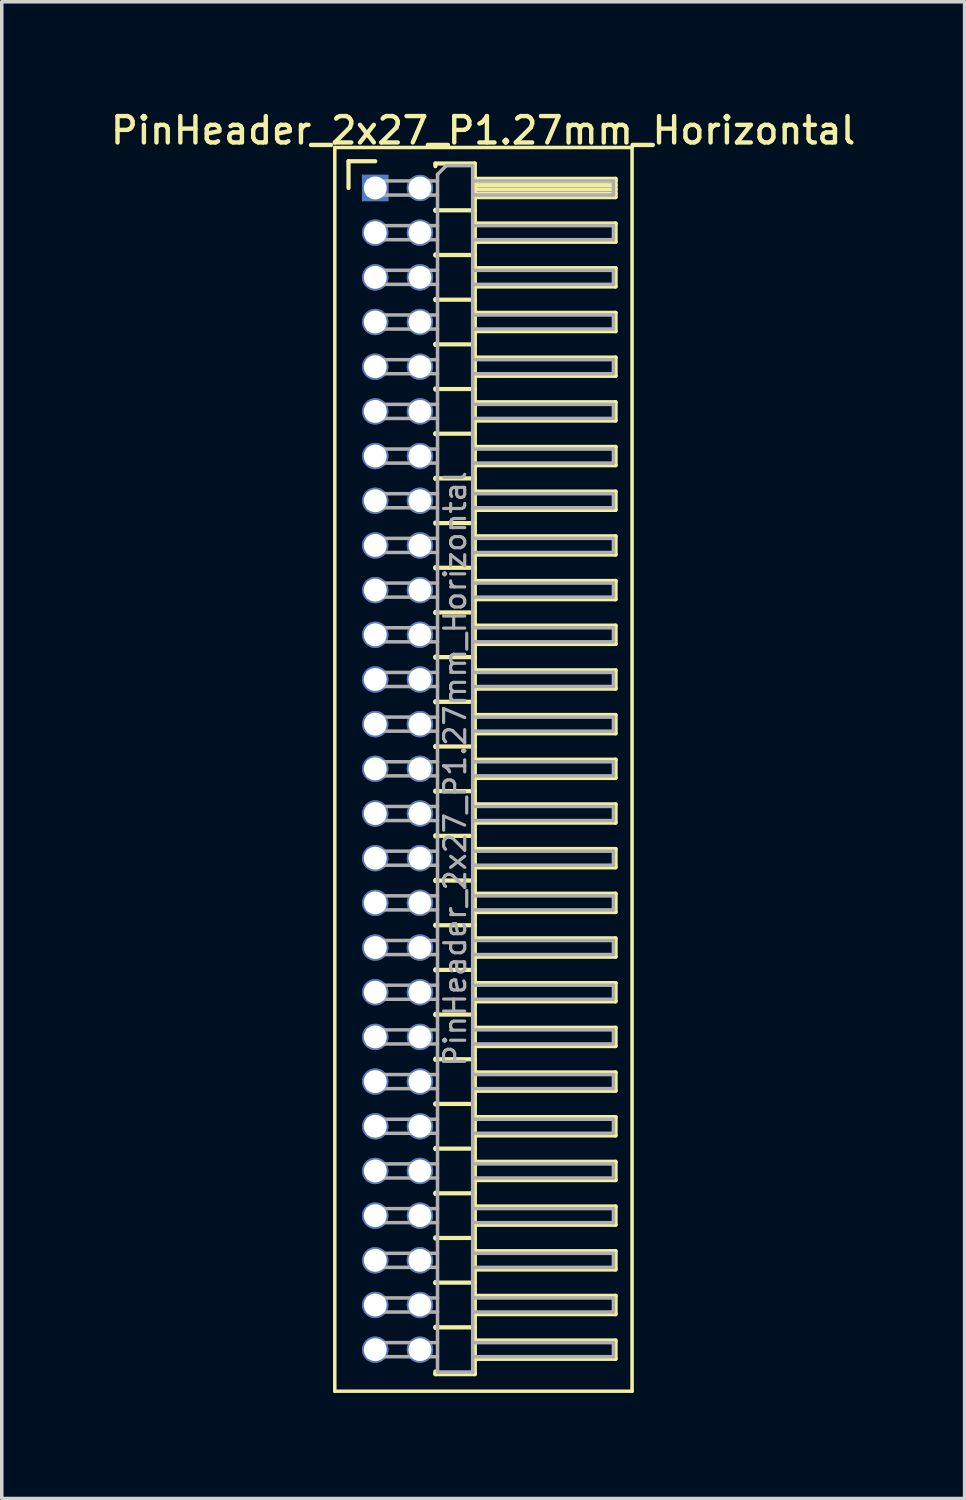
<source format=kicad_pcb>
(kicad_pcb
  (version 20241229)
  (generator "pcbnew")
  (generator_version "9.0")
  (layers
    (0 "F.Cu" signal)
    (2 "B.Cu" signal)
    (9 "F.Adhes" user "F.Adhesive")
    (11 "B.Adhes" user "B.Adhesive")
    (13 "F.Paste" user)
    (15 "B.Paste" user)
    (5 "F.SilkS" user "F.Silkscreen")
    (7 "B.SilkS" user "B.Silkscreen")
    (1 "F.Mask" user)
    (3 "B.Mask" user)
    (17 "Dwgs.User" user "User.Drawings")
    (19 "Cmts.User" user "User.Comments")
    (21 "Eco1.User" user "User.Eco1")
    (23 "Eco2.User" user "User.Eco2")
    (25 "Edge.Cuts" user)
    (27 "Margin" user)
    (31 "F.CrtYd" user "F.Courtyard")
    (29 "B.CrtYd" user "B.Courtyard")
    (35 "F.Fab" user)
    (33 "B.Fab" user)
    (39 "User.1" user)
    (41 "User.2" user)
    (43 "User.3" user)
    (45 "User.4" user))
  (footprint "PinHeader_2x27_P1.27mm_Horizontal"
    (layer "F.Cu")
    (at 7.616 2.293)
    (property "Reference" "PinHeader_2x27_P1.27mm_Horizontal" (at 3.067 -1.635 0) (layer "F.SilkS") (effects (font (size 0.75 0.75) (thickness 0.125))))
    (attr through_hole)
    (fp_line (start -1.15 -1.15) (end -1.15 34.2) (stroke (width 0.1) (type solid)) (layer "F.SilkS"))
    (fp_line (start -1.15 34.2) (end 7.3 34.2) (stroke (width 0.1) (type solid)) (layer "F.SilkS"))
    (fp_line (start -0.76 -0.76) (end 0 -0.76) (stroke (width 0.12) (type solid)) (layer "F.SilkS"))
    (fp_line (start -0.76 0) (end -0.76 -0.76) (stroke (width 0.12) (type solid)) (layer "F.SilkS"))
    (fp_line (start 1.71 -0.695) (end 2.83 -0.695) (stroke (width 0.12) (type solid)) (layer "F.SilkS"))
    (fp_line (start 1.71 -0.62) (end 1.71 -0.695) (stroke (width 0.12) (type solid)) (layer "F.SilkS"))
    (fp_line (start 1.71 0.62) (end 1.71 0.65) (stroke (width 0.12) (type solid)) (layer "F.SilkS"))
    (fp_line (start 1.71 0.635) (end 2.83 0.635) (stroke (width 0.12) (type solid)) (layer "F.SilkS"))
    (fp_line (start 1.71 1.89) (end 1.71 1.92) (stroke (width 0.12) (type solid)) (layer "F.SilkS"))
    (fp_line (start 1.71 1.905) (end 2.83 1.905) (stroke (width 0.12) (type solid)) (layer "F.SilkS"))
    (fp_line (start 1.71 3.16) (end 1.71 3.19) (stroke (width 0.12) (type solid)) (layer "F.SilkS"))
    (fp_line (start 1.71 3.175) (end 2.83 3.175) (stroke (width 0.12) (type solid)) (layer "F.SilkS"))
    (fp_line (start 1.71 4.43) (end 1.71 4.46) (stroke (width 0.12) (type solid)) (layer "F.SilkS"))
    (fp_line (start 1.71 4.445) (end 2.83 4.445) (stroke (width 0.12) (type solid)) (layer "F.SilkS"))
    (fp_line (start 1.71 5.7) (end 1.71 5.73) (stroke (width 0.12) (type solid)) (layer "F.SilkS"))
    (fp_line (start 1.71 5.715) (end 2.83 5.715) (stroke (width 0.12) (type solid)) (layer "F.SilkS"))
    (fp_line (start 1.71 6.97) (end 1.71 7) (stroke (width 0.12) (type solid)) (layer "F.SilkS"))
    (fp_line (start 1.71 6.985) (end 2.83 6.985) (stroke (width 0.12) (type solid)) (layer "F.SilkS"))
    (fp_line (start 1.71 8.24) (end 1.71 8.27) (stroke (width 0.12) (type solid)) (layer "F.SilkS"))
    (fp_line (start 1.71 8.255) (end 2.83 8.255) (stroke (width 0.12) (type solid)) (layer "F.SilkS"))
    (fp_line (start 1.71 9.51) (end 1.71 9.54) (stroke (width 0.12) (type solid)) (layer "F.SilkS"))
    (fp_line (start 1.71 9.525) (end 2.83 9.525) (stroke (width 0.12) (type solid)) (layer "F.SilkS"))
    (fp_line (start 1.71 10.78) (end 1.71 10.81) (stroke (width 0.12) (type solid)) (layer "F.SilkS"))
    (fp_line (start 1.71 10.795) (end 2.83 10.795) (stroke (width 0.12) (type solid)) (layer "F.SilkS"))
    (fp_line (start 1.71 12.05) (end 1.71 12.08) (stroke (width 0.12) (type solid)) (layer "F.SilkS"))
    (fp_line (start 1.71 12.065) (end 2.83 12.065) (stroke (width 0.12) (type solid)) (layer "F.SilkS"))
    (fp_line (start 1.71 13.32) (end 1.71 13.35) (stroke (width 0.12) (type solid)) (layer "F.SilkS"))
    (fp_line (start 1.71 13.335) (end 2.83 13.335) (stroke (width 0.12) (type solid)) (layer "F.SilkS"))
    (fp_line (start 1.71 14.59) (end 1.71 14.62) (stroke (width 0.12) (type solid)) (layer "F.SilkS"))
    (fp_line (start 1.71 14.605) (end 2.83 14.605) (stroke (width 0.12) (type solid)) (layer "F.SilkS"))
    (fp_line (start 1.71 15.86) (end 1.71 15.89) (stroke (width 0.12) (type solid)) (layer "F.SilkS"))
    (fp_line (start 1.71 15.875) (end 2.83 15.875) (stroke (width 0.12) (type solid)) (layer "F.SilkS"))
    (fp_line (start 1.71 17.13) (end 1.71 17.16) (stroke (width 0.12) (type solid)) (layer "F.SilkS"))
    (fp_line (start 1.71 17.145) (end 2.83 17.145) (stroke (width 0.12) (type solid)) (layer "F.SilkS"))
    (fp_line (start 1.71 18.4) (end 1.71 18.43) (stroke (width 0.12) (type solid)) (layer "F.SilkS"))
    (fp_line (start 1.71 18.415) (end 2.83 18.415) (stroke (width 0.12) (type solid)) (layer "F.SilkS"))
    (fp_line (start 1.71 19.67) (end 1.71 19.7) (stroke (width 0.12) (type solid)) (layer "F.SilkS"))
    (fp_line (start 1.71 19.685) (end 2.83 19.685) (stroke (width 0.12) (type solid)) (layer "F.SilkS"))
    (fp_line (start 1.71 20.94) (end 1.71 20.97) (stroke (width 0.12) (type solid)) (layer "F.SilkS"))
    (fp_line (start 1.71 20.955) (end 2.83 20.955) (stroke (width 0.12) (type solid)) (layer "F.SilkS"))
    (fp_line (start 1.71 22.21) (end 1.71 22.24) (stroke (width 0.12) (type solid)) (layer "F.SilkS"))
    (fp_line (start 1.71 22.225) (end 2.83 22.225) (stroke (width 0.12) (type solid)) (layer "F.SilkS"))
    (fp_line (start 1.71 23.48) (end 1.71 23.51) (stroke (width 0.12) (type solid)) (layer "F.SilkS"))
    (fp_line (start 1.71 23.495) (end 2.83 23.495) (stroke (width 0.12) (type solid)) (layer "F.SilkS"))
    (fp_line (start 1.71 24.75) (end 1.71 24.78) (stroke (width 0.12) (type solid)) (layer "F.SilkS"))
    (fp_line (start 1.71 24.765) (end 2.83 24.765) (stroke (width 0.12) (type solid)) (layer "F.SilkS"))
    (fp_line (start 1.71 26.02) (end 1.71 26.05) (stroke (width 0.12) (type solid)) (layer "F.SilkS"))
    (fp_line (start 1.71 26.035) (end 2.83 26.035) (stroke (width 0.12) (type solid)) (layer "F.SilkS"))
    (fp_line (start 1.71 27.29) (end 1.71 27.32) (stroke (width 0.12) (type solid)) (layer "F.SilkS"))
    (fp_line (start 1.71 27.305) (end 2.83 27.305) (stroke (width 0.12) (type solid)) (layer "F.SilkS"))
    (fp_line (start 1.71 28.56) (end 1.71 28.59) (stroke (width 0.12) (type solid)) (layer "F.SilkS"))
    (fp_line (start 1.71 28.575) (end 2.83 28.575) (stroke (width 0.12) (type solid)) (layer "F.SilkS"))
    (fp_line (start 1.71 29.83) (end 1.71 29.86) (stroke (width 0.12) (type solid)) (layer "F.SilkS"))
    (fp_line (start 1.71 29.845) (end 2.83 29.845) (stroke (width 0.12) (type solid)) (layer "F.SilkS"))
    (fp_line (start 1.71 31.1) (end 1.71 31.13) (stroke (width 0.12) (type solid)) (layer "F.SilkS"))
    (fp_line (start 1.71 31.115) (end 2.83 31.115) (stroke (width 0.12) (type solid)) (layer "F.SilkS"))
    (fp_line (start 1.71 32.37) (end 1.71 32.4) (stroke (width 0.12) (type solid)) (layer "F.SilkS"))
    (fp_line (start 1.71 32.385) (end 2.83 32.385) (stroke (width 0.12) (type solid)) (layer "F.SilkS"))
    (fp_line (start 1.71 33.715) (end 1.71 33.64) (stroke (width 0.12) (type solid)) (layer "F.SilkS"))
    (fp_line (start 2.83 -0.695) (end 2.83 33.715) (stroke (width 0.12) (type solid)) (layer "F.SilkS"))
    (fp_line (start 2.83 -0.26) (end 6.83 -0.26) (stroke (width 0.12) (type solid)) (layer "F.SilkS"))
    (fp_line (start 2.83 -0.2) (end 6.83 -0.2) (stroke (width 0.12) (type solid)) (layer "F.SilkS"))
    (fp_line (start 2.83 -0.08) (end 6.83 -0.08) (stroke (width 0.12) (type solid)) (layer "F.SilkS"))
    (fp_line (start 2.83 0.04) (end 6.83 0.04) (stroke (width 0.12) (type solid)) (layer "F.SilkS"))
    (fp_line (start 2.83 0.16) (end 6.83 0.16) (stroke (width 0.12) (type solid)) (layer "F.SilkS"))
    (fp_line (start 2.83 1.01) (end 6.83 1.01) (stroke (width 0.12) (type solid)) (layer "F.SilkS"))
    (fp_line (start 2.83 2.28) (end 6.83 2.28) (stroke (width 0.12) (type solid)) (layer "F.SilkS"))
    (fp_line (start 2.83 3.55) (end 6.83 3.55) (stroke (width 0.12) (type solid)) (layer "F.SilkS"))
    (fp_line (start 2.83 4.82) (end 6.83 4.82) (stroke (width 0.12) (type solid)) (layer "F.SilkS"))
    (fp_line (start 2.83 6.09) (end 6.83 6.09) (stroke (width 0.12) (type solid)) (layer "F.SilkS"))
    (fp_line (start 2.83 7.36) (end 6.83 7.36) (stroke (width 0.12) (type solid)) (layer "F.SilkS"))
    (fp_line (start 2.83 8.63) (end 6.83 8.63) (stroke (width 0.12) (type solid)) (layer "F.SilkS"))
    (fp_line (start 2.83 9.9) (end 6.83 9.9) (stroke (width 0.12) (type solid)) (layer "F.SilkS"))
    (fp_line (start 2.83 11.17) (end 6.83 11.17) (stroke (width 0.12) (type solid)) (layer "F.SilkS"))
    (fp_line (start 2.83 12.44) (end 6.83 12.44) (stroke (width 0.12) (type solid)) (layer "F.SilkS"))
    (fp_line (start 2.83 13.71) (end 6.83 13.71) (stroke (width 0.12) (type solid)) (layer "F.SilkS"))
    (fp_line (start 2.83 14.98) (end 6.83 14.98) (stroke (width 0.12) (type solid)) (layer "F.SilkS"))
    (fp_line (start 2.83 16.25) (end 6.83 16.25) (stroke (width 0.12) (type solid)) (layer "F.SilkS"))
    (fp_line (start 2.83 17.52) (end 6.83 17.52) (stroke (width 0.12) (type solid)) (layer "F.SilkS"))
    (fp_line (start 2.83 18.79) (end 6.83 18.79) (stroke (width 0.12) (type solid)) (layer "F.SilkS"))
    (fp_line (start 2.83 20.06) (end 6.83 20.06) (stroke (width 0.12) (type solid)) (layer "F.SilkS"))
    (fp_line (start 2.83 21.33) (end 6.83 21.33) (stroke (width 0.12) (type solid)) (layer "F.SilkS"))
    (fp_line (start 2.83 22.6) (end 6.83 22.6) (stroke (width 0.12) (type solid)) (layer "F.SilkS"))
    (fp_line (start 2.83 23.87) (end 6.83 23.87) (stroke (width 0.12) (type solid)) (layer "F.SilkS"))
    (fp_line (start 2.83 25.14) (end 6.83 25.14) (stroke (width 0.12) (type solid)) (layer "F.SilkS"))
    (fp_line (start 2.83 26.41) (end 6.83 26.41) (stroke (width 0.12) (type solid)) (layer "F.SilkS"))
    (fp_line (start 2.83 27.68) (end 6.83 27.68) (stroke (width 0.12) (type solid)) (layer "F.SilkS"))
    (fp_line (start 2.83 28.95) (end 6.83 28.95) (stroke (width 0.12) (type solid)) (layer "F.SilkS"))
    (fp_line (start 2.83 30.22) (end 6.83 30.22) (stroke (width 0.12) (type solid)) (layer "F.SilkS"))
    (fp_line (start 2.83 31.49) (end 6.83 31.49) (stroke (width 0.12) (type solid)) (layer "F.SilkS"))
    (fp_line (start 2.83 32.76) (end 6.83 32.76) (stroke (width 0.12) (type solid)) (layer "F.SilkS"))
    (fp_line (start 2.83 33.715) (end 1.71 33.715) (stroke (width 0.12) (type solid)) (layer "F.SilkS"))
    (fp_line (start 6.83 -0.26) (end 6.83 0.26) (stroke (width 0.12) (type solid)) (layer "F.SilkS"))
    (fp_line (start 6.83 0.26) (end 2.83 0.26) (stroke (width 0.12) (type solid)) (layer "F.SilkS"))
    (fp_line (start 6.83 1.01) (end 6.83 1.53) (stroke (width 0.12) (type solid)) (layer "F.SilkS"))
    (fp_line (start 6.83 1.53) (end 2.83 1.53) (stroke (width 0.12) (type solid)) (layer "F.SilkS"))
    (fp_line (start 6.83 2.28) (end 6.83 2.8) (stroke (width 0.12) (type solid)) (layer "F.SilkS"))
    (fp_line (start 6.83 2.8) (end 2.83 2.8) (stroke (width 0.12) (type solid)) (layer "F.SilkS"))
    (fp_line (start 6.83 3.55) (end 6.83 4.07) (stroke (width 0.12) (type solid)) (layer "F.SilkS"))
    (fp_line (start 6.83 4.07) (end 2.83 4.07) (stroke (width 0.12) (type solid)) (layer "F.SilkS"))
    (fp_line (start 6.83 4.82) (end 6.83 5.34) (stroke (width 0.12) (type solid)) (layer "F.SilkS"))
    (fp_line (start 6.83 5.34) (end 2.83 5.34) (stroke (width 0.12) (type solid)) (layer "F.SilkS"))
    (fp_line (start 6.83 6.09) (end 6.83 6.61) (stroke (width 0.12) (type solid)) (layer "F.SilkS"))
    (fp_line (start 6.83 6.61) (end 2.83 6.61) (stroke (width 0.12) (type solid)) (layer "F.SilkS"))
    (fp_line (start 6.83 7.36) (end 6.83 7.88) (stroke (width 0.12) (type solid)) (layer "F.SilkS"))
    (fp_line (start 6.83 7.88) (end 2.83 7.88) (stroke (width 0.12) (type solid)) (layer "F.SilkS"))
    (fp_line (start 6.83 8.63) (end 6.83 9.15) (stroke (width 0.12) (type solid)) (layer "F.SilkS"))
    (fp_line (start 6.83 9.15) (end 2.83 9.15) (stroke (width 0.12) (type solid)) (layer "F.SilkS"))
    (fp_line (start 6.83 9.9) (end 6.83 10.42) (stroke (width 0.12) (type solid)) (layer "F.SilkS"))
    (fp_line (start 6.83 10.42) (end 2.83 10.42) (stroke (width 0.12) (type solid)) (layer "F.SilkS"))
    (fp_line (start 6.83 11.17) (end 6.83 11.69) (stroke (width 0.12) (type solid)) (layer "F.SilkS"))
    (fp_line (start 6.83 11.69) (end 2.83 11.69) (stroke (width 0.12) (type solid)) (layer "F.SilkS"))
    (fp_line (start 6.83 12.44) (end 6.83 12.96) (stroke (width 0.12) (type solid)) (layer "F.SilkS"))
    (fp_line (start 6.83 12.96) (end 2.83 12.96) (stroke (width 0.12) (type solid)) (layer "F.SilkS"))
    (fp_line (start 6.83 13.71) (end 6.83 14.23) (stroke (width 0.12) (type solid)) (layer "F.SilkS"))
    (fp_line (start 6.83 14.23) (end 2.83 14.23) (stroke (width 0.12) (type solid)) (layer "F.SilkS"))
    (fp_line (start 6.83 14.98) (end 6.83 15.5) (stroke (width 0.12) (type solid)) (layer "F.SilkS"))
    (fp_line (start 6.83 15.5) (end 2.83 15.5) (stroke (width 0.12) (type solid)) (layer "F.SilkS"))
    (fp_line (start 6.83 16.25) (end 6.83 16.77) (stroke (width 0.12) (type solid)) (layer "F.SilkS"))
    (fp_line (start 6.83 16.77) (end 2.83 16.77) (stroke (width 0.12) (type solid)) (layer "F.SilkS"))
    (fp_line (start 6.83 17.52) (end 6.83 18.04) (stroke (width 0.12) (type solid)) (layer "F.SilkS"))
    (fp_line (start 6.83 18.04) (end 2.83 18.04) (stroke (width 0.12) (type solid)) (layer "F.SilkS"))
    (fp_line (start 6.83 18.79) (end 6.83 19.31) (stroke (width 0.12) (type solid)) (layer "F.SilkS"))
    (fp_line (start 6.83 19.31) (end 2.83 19.31) (stroke (width 0.12) (type solid)) (layer "F.SilkS"))
    (fp_line (start 6.83 20.06) (end 6.83 20.58) (stroke (width 0.12) (type solid)) (layer "F.SilkS"))
    (fp_line (start 6.83 20.58) (end 2.83 20.58) (stroke (width 0.12) (type solid)) (layer "F.SilkS"))
    (fp_line (start 6.83 21.33) (end 6.83 21.85) (stroke (width 0.12) (type solid)) (layer "F.SilkS"))
    (fp_line (start 6.83 21.85) (end 2.83 21.85) (stroke (width 0.12) (type solid)) (layer "F.SilkS"))
    (fp_line (start 6.83 22.6) (end 6.83 23.12) (stroke (width 0.12) (type solid)) (layer "F.SilkS"))
    (fp_line (start 6.83 23.12) (end 2.83 23.12) (stroke (width 0.12) (type solid)) (layer "F.SilkS"))
    (fp_line (start 6.83 23.87) (end 6.83 24.39) (stroke (width 0.12) (type solid)) (layer "F.SilkS"))
    (fp_line (start 6.83 24.39) (end 2.83 24.39) (stroke (width 0.12) (type solid)) (layer "F.SilkS"))
    (fp_line (start 6.83 25.14) (end 6.83 25.66) (stroke (width 0.12) (type solid)) (layer "F.SilkS"))
    (fp_line (start 6.83 25.66) (end 2.83 25.66) (stroke (width 0.12) (type solid)) (layer "F.SilkS"))
    (fp_line (start 6.83 26.41) (end 6.83 26.93) (stroke (width 0.12) (type solid)) (layer "F.SilkS"))
    (fp_line (start 6.83 26.93) (end 2.83 26.93) (stroke (width 0.12) (type solid)) (layer "F.SilkS"))
    (fp_line (start 6.83 27.68) (end 6.83 28.2) (stroke (width 0.12) (type solid)) (layer "F.SilkS"))
    (fp_line (start 6.83 28.2) (end 2.83 28.2) (stroke (width 0.12) (type solid)) (layer "F.SilkS"))
    (fp_line (start 6.83 28.95) (end 6.83 29.47) (stroke (width 0.12) (type solid)) (layer "F.SilkS"))
    (fp_line (start 6.83 29.47) (end 2.83 29.47) (stroke (width 0.12) (type solid)) (layer "F.SilkS"))
    (fp_line (start 6.83 30.22) (end 6.83 30.74) (stroke (width 0.12) (type solid)) (layer "F.SilkS"))
    (fp_line (start 6.83 30.74) (end 2.83 30.74) (stroke (width 0.12) (type solid)) (layer "F.SilkS"))
    (fp_line (start 6.83 31.49) (end 6.83 32.01) (stroke (width 0.12) (type solid)) (layer "F.SilkS"))
    (fp_line (start 6.83 32.01) (end 2.83 32.01) (stroke (width 0.12) (type solid)) (layer "F.SilkS"))
    (fp_line (start 6.83 32.76) (end 6.83 33.28) (stroke (width 0.12) (type solid)) (layer "F.SilkS"))
    (fp_line (start 6.83 33.28) (end 2.83 33.28) (stroke (width 0.12) (type solid)) (layer "F.SilkS"))
    (fp_line (start 7.3 -1.15) (end -1.15 -1.15) (stroke (width 0.1) (type solid)) (layer "F.SilkS"))
    (fp_line (start 7.3 34.2) (end 7.3 -1.15) (stroke (width 0.1) (type solid)) (layer "F.SilkS"))
    (fp_line (start -0.2 -0.2) (end -0.2 0.2) (stroke (width 0.1) (type solid)) (layer "F.Fab"))
    (fp_line (start -0.2 -0.2) (end 1.77 -0.2) (stroke (width 0.1) (type solid)) (layer "F.Fab"))
    (fp_line (start -0.2 0.2) (end 1.77 0.2) (stroke (width 0.1) (type solid)) (layer "F.Fab"))
    (fp_line (start -0.2 1.07) (end -0.2 1.47) (stroke (width 0.1) (type solid)) (layer "F.Fab"))
    (fp_line (start -0.2 1.07) (end 1.77 1.07) (stroke (width 0.1) (type solid)) (layer "F.Fab"))
    (fp_line (start -0.2 1.47) (end 1.77 1.47) (stroke (width 0.1) (type solid)) (layer "F.Fab"))
    (fp_line (start -0.2 2.34) (end -0.2 2.74) (stroke (width 0.1) (type solid)) (layer "F.Fab"))
    (fp_line (start -0.2 2.34) (end 1.77 2.34) (stroke (width 0.1) (type solid)) (layer "F.Fab"))
    (fp_line (start -0.2 2.74) (end 1.77 2.74) (stroke (width 0.1) (type solid)) (layer "F.Fab"))
    (fp_line (start -0.2 3.61) (end -0.2 4.01) (stroke (width 0.1) (type solid)) (layer "F.Fab"))
    (fp_line (start -0.2 3.61) (end 1.77 3.61) (stroke (width 0.1) (type solid)) (layer "F.Fab"))
    (fp_line (start -0.2 4.01) (end 1.77 4.01) (stroke (width 0.1) (type solid)) (layer "F.Fab"))
    (fp_line (start -0.2 4.88) (end -0.2 5.28) (stroke (width 0.1) (type solid)) (layer "F.Fab"))
    (fp_line (start -0.2 4.88) (end 1.77 4.88) (stroke (width 0.1) (type solid)) (layer "F.Fab"))
    (fp_line (start -0.2 5.28) (end 1.77 5.28) (stroke (width 0.1) (type solid)) (layer "F.Fab"))
    (fp_line (start -0.2 6.15) (end -0.2 6.55) (stroke (width 0.1) (type solid)) (layer "F.Fab"))
    (fp_line (start -0.2 6.15) (end 1.77 6.15) (stroke (width 0.1) (type solid)) (layer "F.Fab"))
    (fp_line (start -0.2 6.55) (end 1.77 6.55) (stroke (width 0.1) (type solid)) (layer "F.Fab"))
    (fp_line (start -0.2 7.42) (end -0.2 7.82) (stroke (width 0.1) (type solid)) (layer "F.Fab"))
    (fp_line (start -0.2 7.42) (end 1.77 7.42) (stroke (width 0.1) (type solid)) (layer "F.Fab"))
    (fp_line (start -0.2 7.82) (end 1.77 7.82) (stroke (width 0.1) (type solid)) (layer "F.Fab"))
    (fp_line (start -0.2 8.69) (end -0.2 9.09) (stroke (width 0.1) (type solid)) (layer "F.Fab"))
    (fp_line (start -0.2 8.69) (end 1.77 8.69) (stroke (width 0.1) (type solid)) (layer "F.Fab"))
    (fp_line (start -0.2 9.09) (end 1.77 9.09) (stroke (width 0.1) (type solid)) (layer "F.Fab"))
    (fp_line (start -0.2 9.96) (end -0.2 10.36) (stroke (width 0.1) (type solid)) (layer "F.Fab"))
    (fp_line (start -0.2 9.96) (end 1.77 9.96) (stroke (width 0.1) (type solid)) (layer "F.Fab"))
    (fp_line (start -0.2 10.36) (end 1.77 10.36) (stroke (width 0.1) (type solid)) (layer "F.Fab"))
    (fp_line (start -0.2 11.23) (end -0.2 11.63) (stroke (width 0.1) (type solid)) (layer "F.Fab"))
    (fp_line (start -0.2 11.23) (end 1.77 11.23) (stroke (width 0.1) (type solid)) (layer "F.Fab"))
    (fp_line (start -0.2 11.63) (end 1.77 11.63) (stroke (width 0.1) (type solid)) (layer "F.Fab"))
    (fp_line (start -0.2 12.5) (end -0.2 12.9) (stroke (width 0.1) (type solid)) (layer "F.Fab"))
    (fp_line (start -0.2 12.5) (end 1.77 12.5) (stroke (width 0.1) (type solid)) (layer "F.Fab"))
    (fp_line (start -0.2 12.9) (end 1.77 12.9) (stroke (width 0.1) (type solid)) (layer "F.Fab"))
    (fp_line (start -0.2 13.77) (end -0.2 14.17) (stroke (width 0.1) (type solid)) (layer "F.Fab"))
    (fp_line (start -0.2 13.77) (end 1.77 13.77) (stroke (width 0.1) (type solid)) (layer "F.Fab"))
    (fp_line (start -0.2 14.17) (end 1.77 14.17) (stroke (width 0.1) (type solid)) (layer "F.Fab"))
    (fp_line (start -0.2 15.04) (end -0.2 15.44) (stroke (width 0.1) (type solid)) (layer "F.Fab"))
    (fp_line (start -0.2 15.04) (end 1.77 15.04) (stroke (width 0.1) (type solid)) (layer "F.Fab"))
    (fp_line (start -0.2 15.44) (end 1.77 15.44) (stroke (width 0.1) (type solid)) (layer "F.Fab"))
    (fp_line (start -0.2 16.31) (end -0.2 16.71) (stroke (width 0.1) (type solid)) (layer "F.Fab"))
    (fp_line (start -0.2 16.31) (end 1.77 16.31) (stroke (width 0.1) (type solid)) (layer "F.Fab"))
    (fp_line (start -0.2 16.71) (end 1.77 16.71) (stroke (width 0.1) (type solid)) (layer "F.Fab"))
    (fp_line (start -0.2 17.58) (end -0.2 17.98) (stroke (width 0.1) (type solid)) (layer "F.Fab"))
    (fp_line (start -0.2 17.58) (end 1.77 17.58) (stroke (width 0.1) (type solid)) (layer "F.Fab"))
    (fp_line (start -0.2 17.98) (end 1.77 17.98) (stroke (width 0.1) (type solid)) (layer "F.Fab"))
    (fp_line (start -0.2 18.85) (end -0.2 19.25) (stroke (width 0.1) (type solid)) (layer "F.Fab"))
    (fp_line (start -0.2 18.85) (end 1.77 18.85) (stroke (width 0.1) (type solid)) (layer "F.Fab"))
    (fp_line (start -0.2 19.25) (end 1.77 19.25) (stroke (width 0.1) (type solid)) (layer "F.Fab"))
    (fp_line (start -0.2 20.12) (end -0.2 20.52) (stroke (width 0.1) (type solid)) (layer "F.Fab"))
    (fp_line (start -0.2 20.12) (end 1.77 20.12) (stroke (width 0.1) (type solid)) (layer "F.Fab"))
    (fp_line (start -0.2 20.52) (end 1.77 20.52) (stroke (width 0.1) (type solid)) (layer "F.Fab"))
    (fp_line (start -0.2 21.39) (end -0.2 21.79) (stroke (width 0.1) (type solid)) (layer "F.Fab"))
    (fp_line (start -0.2 21.39) (end 1.77 21.39) (stroke (width 0.1) (type solid)) (layer "F.Fab"))
    (fp_line (start -0.2 21.79) (end 1.77 21.79) (stroke (width 0.1) (type solid)) (layer "F.Fab"))
    (fp_line (start -0.2 22.66) (end -0.2 23.06) (stroke (width 0.1) (type solid)) (layer "F.Fab"))
    (fp_line (start -0.2 22.66) (end 1.77 22.66) (stroke (width 0.1) (type solid)) (layer "F.Fab"))
    (fp_line (start -0.2 23.06) (end 1.77 23.06) (stroke (width 0.1) (type solid)) (layer "F.Fab"))
    (fp_line (start -0.2 23.93) (end -0.2 24.33) (stroke (width 0.1) (type solid)) (layer "F.Fab"))
    (fp_line (start -0.2 23.93) (end 1.77 23.93) (stroke (width 0.1) (type solid)) (layer "F.Fab"))
    (fp_line (start -0.2 24.33) (end 1.77 24.33) (stroke (width 0.1) (type solid)) (layer "F.Fab"))
    (fp_line (start -0.2 25.2) (end -0.2 25.6) (stroke (width 0.1) (type solid)) (layer "F.Fab"))
    (fp_line (start -0.2 25.2) (end 1.77 25.2) (stroke (width 0.1) (type solid)) (layer "F.Fab"))
    (fp_line (start -0.2 25.6) (end 1.77 25.6) (stroke (width 0.1) (type solid)) (layer "F.Fab"))
    (fp_line (start -0.2 26.47) (end -0.2 26.87) (stroke (width 0.1) (type solid)) (layer "F.Fab"))
    (fp_line (start -0.2 26.47) (end 1.77 26.47) (stroke (width 0.1) (type solid)) (layer "F.Fab"))
    (fp_line (start -0.2 26.87) (end 1.77 26.87) (stroke (width 0.1) (type solid)) (layer "F.Fab"))
    (fp_line (start -0.2 27.74) (end -0.2 28.14) (stroke (width 0.1) (type solid)) (layer "F.Fab"))
    (fp_line (start -0.2 27.74) (end 1.77 27.74) (stroke (width 0.1) (type solid)) (layer "F.Fab"))
    (fp_line (start -0.2 28.14) (end 1.77 28.14) (stroke (width 0.1) (type solid)) (layer "F.Fab"))
    (fp_line (start -0.2 29.01) (end -0.2 29.41) (stroke (width 0.1) (type solid)) (layer "F.Fab"))
    (fp_line (start -0.2 29.01) (end 1.77 29.01) (stroke (width 0.1) (type solid)) (layer "F.Fab"))
    (fp_line (start -0.2 29.41) (end 1.77 29.41) (stroke (width 0.1) (type solid)) (layer "F.Fab"))
    (fp_line (start -0.2 30.28) (end -0.2 30.68) (stroke (width 0.1) (type solid)) (layer "F.Fab"))
    (fp_line (start -0.2 30.28) (end 1.77 30.28) (stroke (width 0.1) (type solid)) (layer "F.Fab"))
    (fp_line (start -0.2 30.68) (end 1.77 30.68) (stroke (width 0.1) (type solid)) (layer "F.Fab"))
    (fp_line (start -0.2 31.55) (end -0.2 31.95) (stroke (width 0.1) (type solid)) (layer "F.Fab"))
    (fp_line (start -0.2 31.55) (end 1.77 31.55) (stroke (width 0.1) (type solid)) (layer "F.Fab"))
    (fp_line (start -0.2 31.95) (end 1.77 31.95) (stroke (width 0.1) (type solid)) (layer "F.Fab"))
    (fp_line (start -0.2 32.82) (end -0.2 33.22) (stroke (width 0.1) (type solid)) (layer "F.Fab"))
    (fp_line (start -0.2 32.82) (end 1.77 32.82) (stroke (width 0.1) (type solid)) (layer "F.Fab"))
    (fp_line (start -0.2 33.22) (end 1.77 33.22) (stroke (width 0.1) (type solid)) (layer "F.Fab"))
    (fp_line (start 1.77 -0.385) (end 2.02 -0.635) (stroke (width 0.1) (type solid)) (layer "F.Fab"))
    (fp_line (start 1.77 33.655) (end 1.77 -0.385) (stroke (width 0.1) (type solid)) (layer "F.Fab"))
    (fp_line (start 2.02 -0.635) (end 2.77 -0.635) (stroke (width 0.1) (type solid)) (layer "F.Fab"))
    (fp_line (start 2.77 -0.635) (end 2.77 33.655) (stroke (width 0.1) (type solid)) (layer "F.Fab"))
    (fp_line (start 2.77 -0.2) (end 6.77 -0.2) (stroke (width 0.1) (type solid)) (layer "F.Fab"))
    (fp_line (start 2.77 0.2) (end 6.77 0.2) (stroke (width 0.1) (type solid)) (layer "F.Fab"))
    (fp_line (start 2.77 1.07) (end 6.77 1.07) (stroke (width 0.1) (type solid)) (layer "F.Fab"))
    (fp_line (start 2.77 1.47) (end 6.77 1.47) (stroke (width 0.1) (type solid)) (layer "F.Fab"))
    (fp_line (start 2.77 2.34) (end 6.77 2.34) (stroke (width 0.1) (type solid)) (layer "F.Fab"))
    (fp_line (start 2.77 2.74) (end 6.77 2.74) (stroke (width 0.1) (type solid)) (layer "F.Fab"))
    (fp_line (start 2.77 3.61) (end 6.77 3.61) (stroke (width 0.1) (type solid)) (layer "F.Fab"))
    (fp_line (start 2.77 4.01) (end 6.77 4.01) (stroke (width 0.1) (type solid)) (layer "F.Fab"))
    (fp_line (start 2.77 4.88) (end 6.77 4.88) (stroke (width 0.1) (type solid)) (layer "F.Fab"))
    (fp_line (start 2.77 5.28) (end 6.77 5.28) (stroke (width 0.1) (type solid)) (layer "F.Fab"))
    (fp_line (start 2.77 6.15) (end 6.77 6.15) (stroke (width 0.1) (type solid)) (layer "F.Fab"))
    (fp_line (start 2.77 6.55) (end 6.77 6.55) (stroke (width 0.1) (type solid)) (layer "F.Fab"))
    (fp_line (start 2.77 7.42) (end 6.77 7.42) (stroke (width 0.1) (type solid)) (layer "F.Fab"))
    (fp_line (start 2.77 7.82) (end 6.77 7.82) (stroke (width 0.1) (type solid)) (layer "F.Fab"))
    (fp_line (start 2.77 8.69) (end 6.77 8.69) (stroke (width 0.1) (type solid)) (layer "F.Fab"))
    (fp_line (start 2.77 9.09) (end 6.77 9.09) (stroke (width 0.1) (type solid)) (layer "F.Fab"))
    (fp_line (start 2.77 9.96) (end 6.77 9.96) (stroke (width 0.1) (type solid)) (layer "F.Fab"))
    (fp_line (start 2.77 10.36) (end 6.77 10.36) (stroke (width 0.1) (type solid)) (layer "F.Fab"))
    (fp_line (start 2.77 11.23) (end 6.77 11.23) (stroke (width 0.1) (type solid)) (layer "F.Fab"))
    (fp_line (start 2.77 11.63) (end 6.77 11.63) (stroke (width 0.1) (type solid)) (layer "F.Fab"))
    (fp_line (start 2.77 12.5) (end 6.77 12.5) (stroke (width 0.1) (type solid)) (layer "F.Fab"))
    (fp_line (start 2.77 12.9) (end 6.77 12.9) (stroke (width 0.1) (type solid)) (layer "F.Fab"))
    (fp_line (start 2.77 13.77) (end 6.77 13.77) (stroke (width 0.1) (type solid)) (layer "F.Fab"))
    (fp_line (start 2.77 14.17) (end 6.77 14.17) (stroke (width 0.1) (type solid)) (layer "F.Fab"))
    (fp_line (start 2.77 15.04) (end 6.77 15.04) (stroke (width 0.1) (type solid)) (layer "F.Fab"))
    (fp_line (start 2.77 15.44) (end 6.77 15.44) (stroke (width 0.1) (type solid)) (layer "F.Fab"))
    (fp_line (start 2.77 16.31) (end 6.77 16.31) (stroke (width 0.1) (type solid)) (layer "F.Fab"))
    (fp_line (start 2.77 16.71) (end 6.77 16.71) (stroke (width 0.1) (type solid)) (layer "F.Fab"))
    (fp_line (start 2.77 17.58) (end 6.77 17.58) (stroke (width 0.1) (type solid)) (layer "F.Fab"))
    (fp_line (start 2.77 17.98) (end 6.77 17.98) (stroke (width 0.1) (type solid)) (layer "F.Fab"))
    (fp_line (start 2.77 18.85) (end 6.77 18.85) (stroke (width 0.1) (type solid)) (layer "F.Fab"))
    (fp_line (start 2.77 19.25) (end 6.77 19.25) (stroke (width 0.1) (type solid)) (layer "F.Fab"))
    (fp_line (start 2.77 20.12) (end 6.77 20.12) (stroke (width 0.1) (type solid)) (layer "F.Fab"))
    (fp_line (start 2.77 20.52) (end 6.77 20.52) (stroke (width 0.1) (type solid)) (layer "F.Fab"))
    (fp_line (start 2.77 21.39) (end 6.77 21.39) (stroke (width 0.1) (type solid)) (layer "F.Fab"))
    (fp_line (start 2.77 21.79) (end 6.77 21.79) (stroke (width 0.1) (type solid)) (layer "F.Fab"))
    (fp_line (start 2.77 22.66) (end 6.77 22.66) (stroke (width 0.1) (type solid)) (layer "F.Fab"))
    (fp_line (start 2.77 23.06) (end 6.77 23.06) (stroke (width 0.1) (type solid)) (layer "F.Fab"))
    (fp_line (start 2.77 23.93) (end 6.77 23.93) (stroke (width 0.1) (type solid)) (layer "F.Fab"))
    (fp_line (start 2.77 24.33) (end 6.77 24.33) (stroke (width 0.1) (type solid)) (layer "F.Fab"))
    (fp_line (start 2.77 25.2) (end 6.77 25.2) (stroke (width 0.1) (type solid)) (layer "F.Fab"))
    (fp_line (start 2.77 25.6) (end 6.77 25.6) (stroke (width 0.1) (type solid)) (layer "F.Fab"))
    (fp_line (start 2.77 26.47) (end 6.77 26.47) (stroke (width 0.1) (type solid)) (layer "F.Fab"))
    (fp_line (start 2.77 26.87) (end 6.77 26.87) (stroke (width 0.1) (type solid)) (layer "F.Fab"))
    (fp_line (start 2.77 27.74) (end 6.77 27.74) (stroke (width 0.1) (type solid)) (layer "F.Fab"))
    (fp_line (start 2.77 28.14) (end 6.77 28.14) (stroke (width 0.1) (type solid)) (layer "F.Fab"))
    (fp_line (start 2.77 29.01) (end 6.77 29.01) (stroke (width 0.1) (type solid)) (layer "F.Fab"))
    (fp_line (start 2.77 29.41) (end 6.77 29.41) (stroke (width 0.1) (type solid)) (layer "F.Fab"))
    (fp_line (start 2.77 30.28) (end 6.77 30.28) (stroke (width 0.1) (type solid)) (layer "F.Fab"))
    (fp_line (start 2.77 30.68) (end 6.77 30.68) (stroke (width 0.1) (type solid)) (layer "F.Fab"))
    (fp_line (start 2.77 31.55) (end 6.77 31.55) (stroke (width 0.1) (type solid)) (layer "F.Fab"))
    (fp_line (start 2.77 31.95) (end 6.77 31.95) (stroke (width 0.1) (type solid)) (layer "F.Fab"))
    (fp_line (start 2.77 32.82) (end 6.77 32.82) (stroke (width 0.1) (type solid)) (layer "F.Fab"))
    (fp_line (start 2.77 33.22) (end 6.77 33.22) (stroke (width 0.1) (type solid)) (layer "F.Fab"))
    (fp_line (start 2.77 33.655) (end 1.77 33.655) (stroke (width 0.1) (type solid)) (layer "F.Fab"))
    (fp_line (start 6.77 -0.2) (end 6.77 0.2) (stroke (width 0.1) (type solid)) (layer "F.Fab"))
    (fp_line (start 6.77 1.07) (end 6.77 1.47) (stroke (width 0.1) (type solid)) (layer "F.Fab"))
    (fp_line (start 6.77 2.34) (end 6.77 2.74) (stroke (width 0.1) (type solid)) (layer "F.Fab"))
    (fp_line (start 6.77 3.61) (end 6.77 4.01) (stroke (width 0.1) (type solid)) (layer "F.Fab"))
    (fp_line (start 6.77 4.88) (end 6.77 5.28) (stroke (width 0.1) (type solid)) (layer "F.Fab"))
    (fp_line (start 6.77 6.15) (end 6.77 6.55) (stroke (width 0.1) (type solid)) (layer "F.Fab"))
    (fp_line (start 6.77 7.42) (end 6.77 7.82) (stroke (width 0.1) (type solid)) (layer "F.Fab"))
    (fp_line (start 6.77 8.69) (end 6.77 9.09) (stroke (width 0.1) (type solid)) (layer "F.Fab"))
    (fp_line (start 6.77 9.96) (end 6.77 10.36) (stroke (width 0.1) (type solid)) (layer "F.Fab"))
    (fp_line (start 6.77 11.23) (end 6.77 11.63) (stroke (width 0.1) (type solid)) (layer "F.Fab"))
    (fp_line (start 6.77 12.5) (end 6.77 12.9) (stroke (width 0.1) (type solid)) (layer "F.Fab"))
    (fp_line (start 6.77 13.77) (end 6.77 14.17) (stroke (width 0.1) (type solid)) (layer "F.Fab"))
    (fp_line (start 6.77 15.04) (end 6.77 15.44) (stroke (width 0.1) (type solid)) (layer "F.Fab"))
    (fp_line (start 6.77 16.31) (end 6.77 16.71) (stroke (width 0.1) (type solid)) (layer "F.Fab"))
    (fp_line (start 6.77 17.58) (end 6.77 17.98) (stroke (width 0.1) (type solid)) (layer "F.Fab"))
    (fp_line (start 6.77 18.85) (end 6.77 19.25) (stroke (width 0.1) (type solid)) (layer "F.Fab"))
    (fp_line (start 6.77 20.12) (end 6.77 20.52) (stroke (width 0.1) (type solid)) (layer "F.Fab"))
    (fp_line (start 6.77 21.39) (end 6.77 21.79) (stroke (width 0.1) (type solid)) (layer "F.Fab"))
    (fp_line (start 6.77 22.66) (end 6.77 23.06) (stroke (width 0.1) (type solid)) (layer "F.Fab"))
    (fp_line (start 6.77 23.93) (end 6.77 24.33) (stroke (width 0.1) (type solid)) (layer "F.Fab"))
    (fp_line (start 6.77 25.2) (end 6.77 25.6) (stroke (width 0.1) (type solid)) (layer "F.Fab"))
    (fp_line (start 6.77 26.47) (end 6.77 26.87) (stroke (width 0.1) (type solid)) (layer "F.Fab"))
    (fp_line (start 6.77 27.74) (end 6.77 28.14) (stroke (width 0.1) (type solid)) (layer "F.Fab"))
    (fp_line (start 6.77 29.01) (end 6.77 29.41) (stroke (width 0.1) (type solid)) (layer "F.Fab"))
    (fp_line (start 6.77 30.28) (end 6.77 30.68) (stroke (width 0.1) (type solid)) (layer "F.Fab"))
    (fp_line (start 6.77 31.55) (end 6.77 31.95) (stroke (width 0.1) (type solid)) (layer "F.Fab"))
    (fp_line (start 6.77 32.82) (end 6.77 33.22) (stroke (width 0.1) (type solid)) (layer "F.Fab"))
    (fp_text user "${REFERENCE}" (at 2.27 16.51 90) (layer "F.Fab") (effects (font (size 0.6 0.6) (thickness 0.09))))
    (pad "1" thru_hole rect (at 0 0) (size 0.75 0.75) (drill 0.65) (layers "*.Cu" "*.Mask"))
    (pad "2" thru_hole oval (at 1.27 0) (size 0.75 0.75) (drill 0.65) (layers "*.Cu" "*.Mask"))
    (pad "3" thru_hole oval (at 0 1.27) (size 0.75 0.75) (drill 0.65) (layers "*.Cu" "*.Mask"))
    (pad "4" thru_hole oval (at 1.27 1.27) (size 0.75 0.75) (drill 0.65) (layers "*.Cu" "*.Mask"))
    (pad "5" thru_hole oval (at 0 2.54) (size 0.75 0.75) (drill 0.65) (layers "*.Cu" "*.Mask"))
    (pad "6" thru_hole oval (at 1.27 2.54) (size 0.75 0.75) (drill 0.65) (layers "*.Cu" "*.Mask"))
    (pad "7" thru_hole oval (at 0 3.81) (size 0.75 0.75) (drill 0.65) (layers "*.Cu" "*.Mask"))
    (pad "8" thru_hole oval (at 1.27 3.81) (size 0.75 0.75) (drill 0.65) (layers "*.Cu" "*.Mask"))
    (pad "9" thru_hole oval (at 0 5.08) (size 0.75 0.75) (drill 0.65) (layers "*.Cu" "*.Mask"))
    (pad "10" thru_hole oval (at 1.27 5.08) (size 0.75 0.75) (drill 0.65) (layers "*.Cu" "*.Mask"))
    (pad "11" thru_hole oval (at 0 6.35) (size 0.75 0.75) (drill 0.65) (layers "*.Cu" "*.Mask"))
    (pad "12" thru_hole oval (at 1.27 6.35) (size 0.75 0.75) (drill 0.65) (layers "*.Cu" "*.Mask"))
    (pad "13" thru_hole oval (at 0 7.62) (size 0.75 0.75) (drill 0.65) (layers "*.Cu" "*.Mask"))
    (pad "14" thru_hole oval (at 1.27 7.62) (size 0.75 0.75) (drill 0.65) (layers "*.Cu" "*.Mask"))
    (pad "15" thru_hole oval (at 0 8.89) (size 0.75 0.75) (drill 0.65) (layers "*.Cu" "*.Mask"))
    (pad "16" thru_hole oval (at 1.27 8.89) (size 0.75 0.75) (drill 0.65) (layers "*.Cu" "*.Mask"))
    (pad "17" thru_hole oval (at 0 10.16) (size 0.75 0.75) (drill 0.65) (layers "*.Cu" "*.Mask"))
    (pad "18" thru_hole oval (at 1.27 10.16) (size 0.75 0.75) (drill 0.65) (layers "*.Cu" "*.Mask"))
    (pad "19" thru_hole oval (at 0 11.43) (size 0.75 0.75) (drill 0.65) (layers "*.Cu" "*.Mask"))
    (pad "20" thru_hole oval (at 1.27 11.43) (size 0.75 0.75) (drill 0.65) (layers "*.Cu" "*.Mask"))
    (pad "21" thru_hole oval (at 0 12.7) (size 0.75 0.75) (drill 0.65) (layers "*.Cu" "*.Mask"))
    (pad "22" thru_hole oval (at 1.27 12.7) (size 0.75 0.75) (drill 0.65) (layers "*.Cu" "*.Mask"))
    (pad "23" thru_hole oval (at 0 13.97) (size 0.75 0.75) (drill 0.65) (layers "*.Cu" "*.Mask"))
    (pad "24" thru_hole oval (at 1.27 13.97) (size 0.75 0.75) (drill 0.65) (layers "*.Cu" "*.Mask"))
    (pad "25" thru_hole oval (at 0 15.24) (size 0.75 0.75) (drill 0.65) (layers "*.Cu" "*.Mask"))
    (pad "26" thru_hole oval (at 1.27 15.24) (size 0.75 0.75) (drill 0.65) (layers "*.Cu" "*.Mask"))
    (pad "27" thru_hole oval (at 0 16.51) (size 0.75 0.75) (drill 0.65) (layers "*.Cu" "*.Mask"))
    (pad "28" thru_hole oval (at 1.27 16.51) (size 0.75 0.75) (drill 0.65) (layers "*.Cu" "*.Mask"))
    (pad "29" thru_hole oval (at 0 17.78) (size 0.75 0.75) (drill 0.65) (layers "*.Cu" "*.Mask"))
    (pad "30" thru_hole oval (at 1.27 17.78) (size 0.75 0.75) (drill 0.65) (layers "*.Cu" "*.Mask"))
    (pad "31" thru_hole oval (at 0 19.05) (size 0.75 0.75) (drill 0.65) (layers "*.Cu" "*.Mask"))
    (pad "32" thru_hole oval (at 1.27 19.05) (size 0.75 0.75) (drill 0.65) (layers "*.Cu" "*.Mask"))
    (pad "33" thru_hole oval (at 0 20.32) (size 0.75 0.75) (drill 0.65) (layers "*.Cu" "*.Mask"))
    (pad "34" thru_hole oval (at 1.27 20.32) (size 0.75 0.75) (drill 0.65) (layers "*.Cu" "*.Mask"))
    (pad "35" thru_hole oval (at 0 21.59) (size 0.75 0.75) (drill 0.65) (layers "*.Cu" "*.Mask"))
    (pad "36" thru_hole oval (at 1.27 21.59) (size 0.75 0.75) (drill 0.65) (layers "*.Cu" "*.Mask"))
    (pad "37" thru_hole oval (at 0 22.86) (size 0.75 0.75) (drill 0.65) (layers "*.Cu" "*.Mask"))
    (pad "38" thru_hole oval (at 1.27 22.86) (size 0.75 0.75) (drill 0.65) (layers "*.Cu" "*.Mask"))
    (pad "39" thru_hole oval (at 0 24.13) (size 0.75 0.75) (drill 0.65) (layers "*.Cu" "*.Mask"))
    (pad "40" thru_hole oval (at 1.27 24.13) (size 0.75 0.75) (drill 0.65) (layers "*.Cu" "*.Mask"))
    (pad "41" thru_hole oval (at 0 25.4) (size 0.75 0.75) (drill 0.65) (layers "*.Cu" "*.Mask"))
    (pad "42" thru_hole oval (at 1.27 25.4) (size 0.75 0.75) (drill 0.65) (layers "*.Cu" "*.Mask"))
    (pad "43" thru_hole oval (at 0 26.67) (size 0.75 0.75) (drill 0.65) (layers "*.Cu" "*.Mask"))
    (pad "44" thru_hole oval (at 1.27 26.67) (size 0.75 0.75) (drill 0.65) (layers "*.Cu" "*.Mask"))
    (pad "45" thru_hole oval (at 0 27.94) (size 0.75 0.75) (drill 0.65) (layers "*.Cu" "*.Mask"))
    (pad "46" thru_hole oval (at 1.27 27.94) (size 0.75 0.75) (drill 0.65) (layers "*.Cu" "*.Mask"))
    (pad "47" thru_hole oval (at 0 29.21) (size 0.75 0.75) (drill 0.65) (layers "*.Cu" "*.Mask"))
    (pad "48" thru_hole oval (at 1.27 29.21) (size 0.75 0.75) (drill 0.65) (layers "*.Cu" "*.Mask"))
    (pad "49" thru_hole oval (at 0 30.48) (size 0.75 0.75) (drill 0.65) (layers "*.Cu" "*.Mask"))
    (pad "50" thru_hole oval (at 1.27 30.48) (size 0.75 0.75) (drill 0.65) (layers "*.Cu" "*.Mask"))
    (pad "51" thru_hole oval (at 0 31.75) (size 0.75 0.75) (drill 0.65) (layers "*.Cu" "*.Mask"))
    (pad "52" thru_hole oval (at 1.27 31.75) (size 0.75 0.75) (drill 0.65) (layers "*.Cu" "*.Mask"))
    (pad "53" thru_hole oval (at 0 33.02) (size 0.75 0.75) (drill 0.65) (layers "*.Cu" "*.Mask"))
    (pad "54" thru_hole oval (at 1.27 33.02) (size 0.75 0.75) (drill 0.65) (layers "*.Cu" "*.Mask")))
  (gr_rect
    (start -3 -3)
    (end 24.368 39.543)
    (stroke (width 0.1) (type default))
    (fill no)
    (layer "Edge.Cuts")))
</source>
